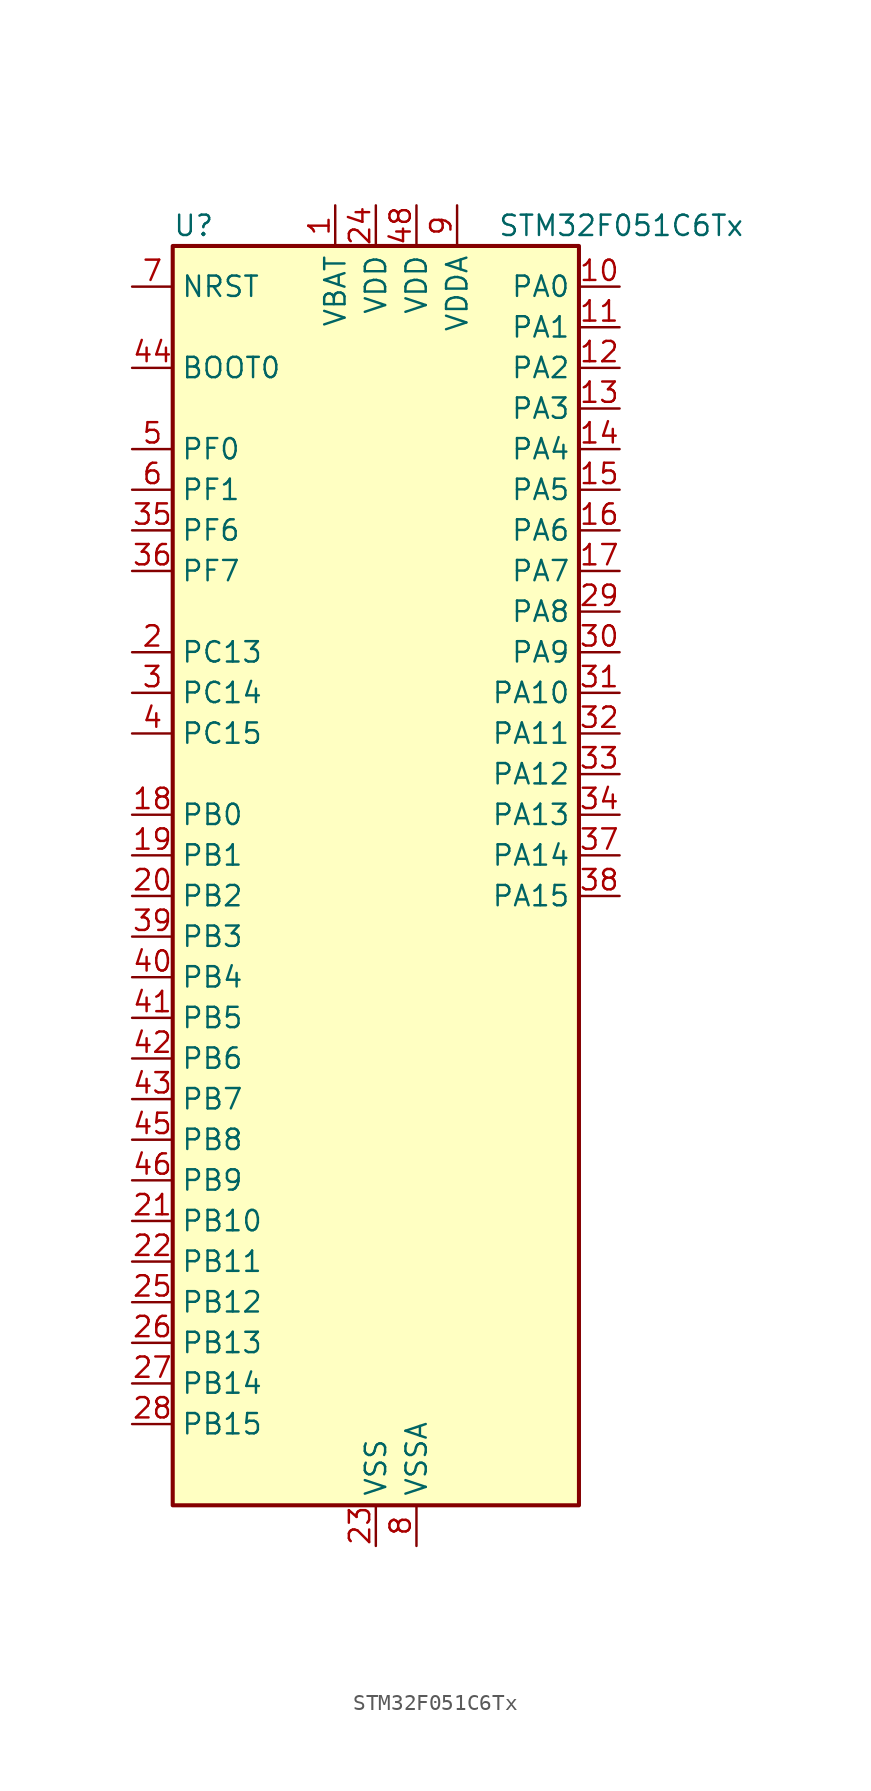
<source format=kicad_sym>
(kicad_symbol_lib
  (version 20231120)
  (generator "kicad_symbol_editor")
  (generator_version "8.0")
  (symbol "STM32F051C6Tx"
    (property "Reference" "U"
      (at -12.7 41.91 0)
      (effects (font (size 1.27 1.27)) (justify left)))
    (property "Value" "STM32F051C6Tx"
      (at 7.62 41.91 0)
      (effects (font (size 1.27 1.27)) (justify left)))
    (property "ki_locked" ""
      (at 0 0 0)
      (effects (font (size 1.27 1.27))))
    (symbol "STM32F051C6Tx_0_1"
      (rectangle (start -12.7 -38.1) (end 12.7 40.64) (stroke (width 0.254) (type default)) (fill (type background))))
    (symbol "STM32F051C6Tx_1_1"
      (pin power_in line (at -2.54 43.18 270) (length 2.54) (name "VBAT" (effects (font (size 1.27 1.27)))) (number "1" (effects (font (size 1.27 1.27)))))
      (pin bidirectional line (at 15.24 38.1 180) (length 2.54) (name "PA0" (effects (font (size 1.27 1.27)))) (number "10" (effects (font (size 1.27 1.27)))) (alternate "ADC_IN0" bidirectional line) (alternate "COMP1_INM" bidirectional line) (alternate "COMP1_OUT" bidirectional line) (alternate "RTC_TAMP2" bidirectional line) (alternate "SYS_WKUP1" bidirectional line) (alternate "TIM2_CH1" bidirectional line) (alternate "TIM2_ETR" bidirectional line) (alternate "TSC_G1_IO1" bidirectional line) (alternate "USART2_CTS" bidirectional line))
      (pin bidirectional line (at 15.24 35.56 180) (length 2.54) (name "PA1" (effects (font (size 1.27 1.27)))) (number "11" (effects (font (size 1.27 1.27)))) (alternate "ADC_IN1" bidirectional line) (alternate "COMP1_INP" bidirectional line) (alternate "TIM2_CH2" bidirectional line) (alternate "TSC_G1_IO2" bidirectional line) (alternate "USART2_DE" bidirectional line) (alternate "USART2_RTS" bidirectional line))
      (pin bidirectional line (at 15.24 33.02 180) (length 2.54) (name "PA2" (effects (font (size 1.27 1.27)))) (number "12" (effects (font (size 1.27 1.27)))) (alternate "ADC_IN2" bidirectional line) (alternate "COMP2_INM" bidirectional line) (alternate "COMP2_OUT" bidirectional line) (alternate "TIM15_CH1" bidirectional line) (alternate "TIM2_CH3" bidirectional line) (alternate "TSC_G1_IO3" bidirectional line) (alternate "USART2_TX" bidirectional line))
      (pin bidirectional line (at 15.24 30.48 180) (length 2.54) (name "PA3" (effects (font (size 1.27 1.27)))) (number "13" (effects (font (size 1.27 1.27)))) (alternate "ADC_IN3" bidirectional line) (alternate "COMP2_INP" bidirectional line) (alternate "TIM15_CH2" bidirectional line) (alternate "TIM2_CH4" bidirectional line) (alternate "TSC_G1_IO4" bidirectional line) (alternate "USART2_RX" bidirectional line))
      (pin bidirectional line (at 15.24 27.94 180) (length 2.54) (name "PA4" (effects (font (size 1.27 1.27)))) (number "14" (effects (font (size 1.27 1.27)))) (alternate "ADC_IN4" bidirectional line) (alternate "COMP1_INM" bidirectional line) (alternate "COMP2_INM" bidirectional line) (alternate "DAC1_OUT1" bidirectional line) (alternate "I2S1_WS" bidirectional line) (alternate "SPI1_NSS" bidirectional line) (alternate "TIM14_CH1" bidirectional line) (alternate "TSC_G2_IO1" bidirectional line) (alternate "USART2_CK" bidirectional line))
      (pin bidirectional line (at 15.24 25.4 180) (length 2.54) (name "PA5" (effects (font (size 1.27 1.27)))) (number "15" (effects (font (size 1.27 1.27)))) (alternate "ADC_IN5" bidirectional line) (alternate "CEC" bidirectional line) (alternate "COMP1_INM" bidirectional line) (alternate "COMP2_INM" bidirectional line) (alternate "I2S1_CK" bidirectional line) (alternate "SPI1_SCK" bidirectional line) (alternate "TIM2_CH1" bidirectional line) (alternate "TIM2_ETR" bidirectional line) (alternate "TSC_G2_IO2" bidirectional line))
      (pin bidirectional line (at 15.24 22.86 180) (length 2.54) (name "PA6" (effects (font (size 1.27 1.27)))) (number "16" (effects (font (size 1.27 1.27)))) (alternate "ADC_IN6" bidirectional line) (alternate "COMP1_OUT" bidirectional line) (alternate "I2S1_MCK" bidirectional line) (alternate "SPI1_MISO" bidirectional line) (alternate "TIM16_CH1" bidirectional line) (alternate "TIM1_BKIN" bidirectional line) (alternate "TIM3_CH1" bidirectional line) (alternate "TSC_G2_IO3" bidirectional line))
      (pin bidirectional line (at 15.24 20.32 180) (length 2.54) (name "PA7" (effects (font (size 1.27 1.27)))) (number "17" (effects (font (size 1.27 1.27)))) (alternate "ADC_IN7" bidirectional line) (alternate "COMP2_OUT" bidirectional line) (alternate "I2S1_SD" bidirectional line) (alternate "SPI1_MOSI" bidirectional line) (alternate "TIM14_CH1" bidirectional line) (alternate "TIM17_CH1" bidirectional line) (alternate "TIM1_CH1N" bidirectional line) (alternate "TIM3_CH2" bidirectional line) (alternate "TSC_G2_IO4" bidirectional line))
      (pin bidirectional line (at -15.24 5.08 0) (length 2.54) (name "PB0" (effects (font (size 1.27 1.27)))) (number "18" (effects (font (size 1.27 1.27)))) (alternate "ADC_IN8" bidirectional line) (alternate "TIM1_CH2N" bidirectional line) (alternate "TIM3_CH3" bidirectional line) (alternate "TSC_G3_IO2" bidirectional line))
      (pin bidirectional line (at -15.24 2.54 0) (length 2.54) (name "PB1" (effects (font (size 1.27 1.27)))) (number "19" (effects (font (size 1.27 1.27)))) (alternate "ADC_IN9" bidirectional line) (alternate "TIM14_CH1" bidirectional line) (alternate "TIM1_CH3N" bidirectional line) (alternate "TIM3_CH4" bidirectional line) (alternate "TSC_G3_IO3" bidirectional line))
      (pin bidirectional line (at -15.24 15.24 0) (length 2.54) (name "PC13" (effects (font (size 1.27 1.27)))) (number "2" (effects (font (size 1.27 1.27)))) (alternate "RTC_OUT_ALARM" bidirectional line) (alternate "RTC_OUT_CALIB" bidirectional line) (alternate "RTC_TAMP1" bidirectional line) (alternate "RTC_TS" bidirectional line) (alternate "SYS_WKUP2" bidirectional line))
      (pin bidirectional line (at -15.24 0 0) (length 2.54) (name "PB2" (effects (font (size 1.27 1.27)))) (number "20" (effects (font (size 1.27 1.27)))) (alternate "TSC_G3_IO4" bidirectional line))
      (pin bidirectional line (at -15.24 -20.32 0) (length 2.54) (name "PB10" (effects (font (size 1.27 1.27)))) (number "21" (effects (font (size 1.27 1.27)))) (alternate "CEC" bidirectional line) (alternate "TIM2_CH3" bidirectional line) (alternate "TSC_SYNC" bidirectional line))
      (pin bidirectional line (at -15.24 -22.86 0) (length 2.54) (name "PB11" (effects (font (size 1.27 1.27)))) (number "22" (effects (font (size 1.27 1.27)))) (alternate "TIM2_CH4" bidirectional line) (alternate "TSC_G6_IO1" bidirectional line))
      (pin power_in line (at 0 -40.64 90) (length 2.54) (name "VSS" (effects (font (size 1.27 1.27)))) (number "23" (effects (font (size 1.27 1.27)))))
      (pin power_in line (at 0 43.18 270) (length 2.54) (name "VDD" (effects (font (size 1.27 1.27)))) (number "24" (effects (font (size 1.27 1.27)))))
      (pin bidirectional line (at -15.24 -25.4 0) (length 2.54) (name "PB12" (effects (font (size 1.27 1.27)))) (number "25" (effects (font (size 1.27 1.27)))) (alternate "TIM1_BKIN" bidirectional line) (alternate "TSC_G6_IO2" bidirectional line))
      (pin bidirectional line (at -15.24 -27.94 0) (length 2.54) (name "PB13" (effects (font (size 1.27 1.27)))) (number "26" (effects (font (size 1.27 1.27)))) (alternate "TIM1_CH1N" bidirectional line) (alternate "TSC_G6_IO3" bidirectional line))
      (pin bidirectional line (at -15.24 -30.48 0) (length 2.54) (name "PB14" (effects (font (size 1.27 1.27)))) (number "27" (effects (font (size 1.27 1.27)))) (alternate "TIM15_CH1" bidirectional line) (alternate "TIM1_CH2N" bidirectional line) (alternate "TSC_G6_IO4" bidirectional line))
      (pin bidirectional line (at -15.24 -33.02 0) (length 2.54) (name "PB15" (effects (font (size 1.27 1.27)))) (number "28" (effects (font (size 1.27 1.27)))) (alternate "RTC_REFIN" bidirectional line) (alternate "TIM15_CH1N" bidirectional line) (alternate "TIM15_CH2" bidirectional line) (alternate "TIM1_CH3N" bidirectional line))
      (pin bidirectional line (at 15.24 17.78 180) (length 2.54) (name "PA8" (effects (font (size 1.27 1.27)))) (number "29" (effects (font (size 1.27 1.27)))) (alternate "RCC_MCO" bidirectional line) (alternate "TIM1_CH1" bidirectional line) (alternate "USART1_CK" bidirectional line))
      (pin bidirectional line (at -15.24 12.7 0) (length 2.54) (name "PC14" (effects (font (size 1.27 1.27)))) (number "3" (effects (font (size 1.27 1.27)))) (alternate "RCC_OSC32_IN" bidirectional line))
      (pin bidirectional line (at 15.24 15.24 180) (length 2.54) (name "PA9" (effects (font (size 1.27 1.27)))) (number "30" (effects (font (size 1.27 1.27)))) (alternate "DAC1_EXTI9" bidirectional line) (alternate "TIM15_BKIN" bidirectional line) (alternate "TIM1_CH2" bidirectional line) (alternate "TSC_G4_IO1" bidirectional line) (alternate "USART1_TX" bidirectional line))
      (pin bidirectional line (at 15.24 12.7 180) (length 2.54) (name "PA10" (effects (font (size 1.27 1.27)))) (number "31" (effects (font (size 1.27 1.27)))) (alternate "TIM17_BKIN" bidirectional line) (alternate "TIM1_CH3" bidirectional line) (alternate "TSC_G4_IO2" bidirectional line) (alternate "USART1_RX" bidirectional line))
      (pin bidirectional line (at 15.24 10.16 180) (length 2.54) (name "PA11" (effects (font (size 1.27 1.27)))) (number "32" (effects (font (size 1.27 1.27)))) (alternate "COMP1_OUT" bidirectional line) (alternate "TIM1_CH4" bidirectional line) (alternate "TSC_G4_IO3" bidirectional line) (alternate "USART1_CTS" bidirectional line))
      (pin bidirectional line (at 15.24 7.62 180) (length 2.54) (name "PA12" (effects (font (size 1.27 1.27)))) (number "33" (effects (font (size 1.27 1.27)))) (alternate "COMP2_OUT" bidirectional line) (alternate "TIM1_ETR" bidirectional line) (alternate "TSC_G4_IO4" bidirectional line) (alternate "USART1_DE" bidirectional line) (alternate "USART1_RTS" bidirectional line))
      (pin bidirectional line (at 15.24 5.08 180) (length 2.54) (name "PA13" (effects (font (size 1.27 1.27)))) (number "34" (effects (font (size 1.27 1.27)))) (alternate "IR_OUT" bidirectional line) (alternate "SYS_SWDIO" bidirectional line))
      (pin bidirectional line (at -15.24 22.86 0) (length 2.54) (name "PF6" (effects (font (size 1.27 1.27)))) (number "35" (effects (font (size 1.27 1.27)))))
      (pin bidirectional line (at -15.24 20.32 0) (length 2.54) (name "PF7" (effects (font (size 1.27 1.27)))) (number "36" (effects (font (size 1.27 1.27)))))
      (pin bidirectional line (at 15.24 2.54 180) (length 2.54) (name "PA14" (effects (font (size 1.27 1.27)))) (number "37" (effects (font (size 1.27 1.27)))) (alternate "SYS_SWCLK" bidirectional line) (alternate "USART2_TX" bidirectional line))
      (pin bidirectional line (at 15.24 0 180) (length 2.54) (name "PA15" (effects (font (size 1.27 1.27)))) (number "38" (effects (font (size 1.27 1.27)))) (alternate "I2S1_WS" bidirectional line) (alternate "SPI1_NSS" bidirectional line) (alternate "TIM2_CH1" bidirectional line) (alternate "TIM2_ETR" bidirectional line) (alternate "USART2_RX" bidirectional line))
      (pin bidirectional line (at -15.24 -2.54 0) (length 2.54) (name "PB3" (effects (font (size 1.27 1.27)))) (number "39" (effects (font (size 1.27 1.27)))) (alternate "I2S1_CK" bidirectional line) (alternate "SPI1_SCK" bidirectional line) (alternate "TIM2_CH2" bidirectional line) (alternate "TSC_G5_IO1" bidirectional line))
      (pin bidirectional line (at -15.24 10.16 0) (length 2.54) (name "PC15" (effects (font (size 1.27 1.27)))) (number "4" (effects (font (size 1.27 1.27)))) (alternate "RCC_OSC32_OUT" bidirectional line))
      (pin bidirectional line (at -15.24 -5.08 0) (length 2.54) (name "PB4" (effects (font (size 1.27 1.27)))) (number "40" (effects (font (size 1.27 1.27)))) (alternate "I2S1_MCK" bidirectional line) (alternate "SPI1_MISO" bidirectional line) (alternate "TIM3_CH1" bidirectional line) (alternate "TSC_G5_IO2" bidirectional line))
      (pin bidirectional line (at -15.24 -7.62 0) (length 2.54) (name "PB5" (effects (font (size 1.27 1.27)))) (number "41" (effects (font (size 1.27 1.27)))) (alternate "I2C1_SMBA" bidirectional line) (alternate "I2S1_SD" bidirectional line) (alternate "SPI1_MOSI" bidirectional line) (alternate "TIM16_BKIN" bidirectional line) (alternate "TIM3_CH2" bidirectional line))
      (pin bidirectional line (at -15.24 -10.16 0) (length 2.54) (name "PB6" (effects (font (size 1.27 1.27)))) (number "42" (effects (font (size 1.27 1.27)))) (alternate "I2C1_SCL" bidirectional line) (alternate "TIM16_CH1N" bidirectional line) (alternate "TSC_G5_IO3" bidirectional line) (alternate "USART1_TX" bidirectional line))
      (pin bidirectional line (at -15.24 -12.7 0) (length 2.54) (name "PB7" (effects (font (size 1.27 1.27)))) (number "43" (effects (font (size 1.27 1.27)))) (alternate "I2C1_SDA" bidirectional line) (alternate "TIM17_CH1N" bidirectional line) (alternate "TSC_G5_IO4" bidirectional line) (alternate "USART1_RX" bidirectional line))
      (pin input line (at -15.24 33.02 0) (length 2.54) (name "BOOT0" (effects (font (size 1.27 1.27)))) (number "44" (effects (font (size 1.27 1.27)))))
      (pin bidirectional line (at -15.24 -15.24 0) (length 2.54) (name "PB8" (effects (font (size 1.27 1.27)))) (number "45" (effects (font (size 1.27 1.27)))) (alternate "CEC" bidirectional line) (alternate "I2C1_SCL" bidirectional line) (alternate "TIM16_CH1" bidirectional line) (alternate "TSC_SYNC" bidirectional line))
      (pin bidirectional line (at -15.24 -17.78 0) (length 2.54) (name "PB9" (effects (font (size 1.27 1.27)))) (number "46" (effects (font (size 1.27 1.27)))) (alternate "DAC1_EXTI9" bidirectional line) (alternate "I2C1_SDA" bidirectional line) (alternate "IR_OUT" bidirectional line) (alternate "TIM17_CH1" bidirectional line))
      (pin passive line (at 0 -40.64 90) (length 2.54) hide (name "VSS" (effects (font (size 1.27 1.27)))) (number "47" (effects (font (size 1.27 1.27)))))
      (pin power_in line (at 2.54 43.18 270) (length 2.54) (name "VDD" (effects (font (size 1.27 1.27)))) (number "48" (effects (font (size 1.27 1.27)))))
      (pin bidirectional line (at -15.24 27.94 0) (length 2.54) (name "PF0" (effects (font (size 1.27 1.27)))) (number "5" (effects (font (size 1.27 1.27)))) (alternate "RCC_OSC_IN" bidirectional line))
      (pin bidirectional line (at -15.24 25.4 0) (length 2.54) (name "PF1" (effects (font (size 1.27 1.27)))) (number "6" (effects (font (size 1.27 1.27)))) (alternate "RCC_OSC_OUT" bidirectional line))
      (pin input line (at -15.24 38.1 0) (length 2.54) (name "NRST" (effects (font (size 1.27 1.27)))) (number "7" (effects (font (size 1.27 1.27)))))
      (pin power_in line (at 2.54 -40.64 90) (length 2.54) (name "VSSA" (effects (font (size 1.27 1.27)))) (number "8" (effects (font (size 1.27 1.27)))))
      (pin power_in line (at 5.08 43.18 270) (length 2.54) (name "VDDA" (effects (font (size 1.27 1.27)))) (number "9" (effects (font (size 1.27 1.27))))))))
</source>
